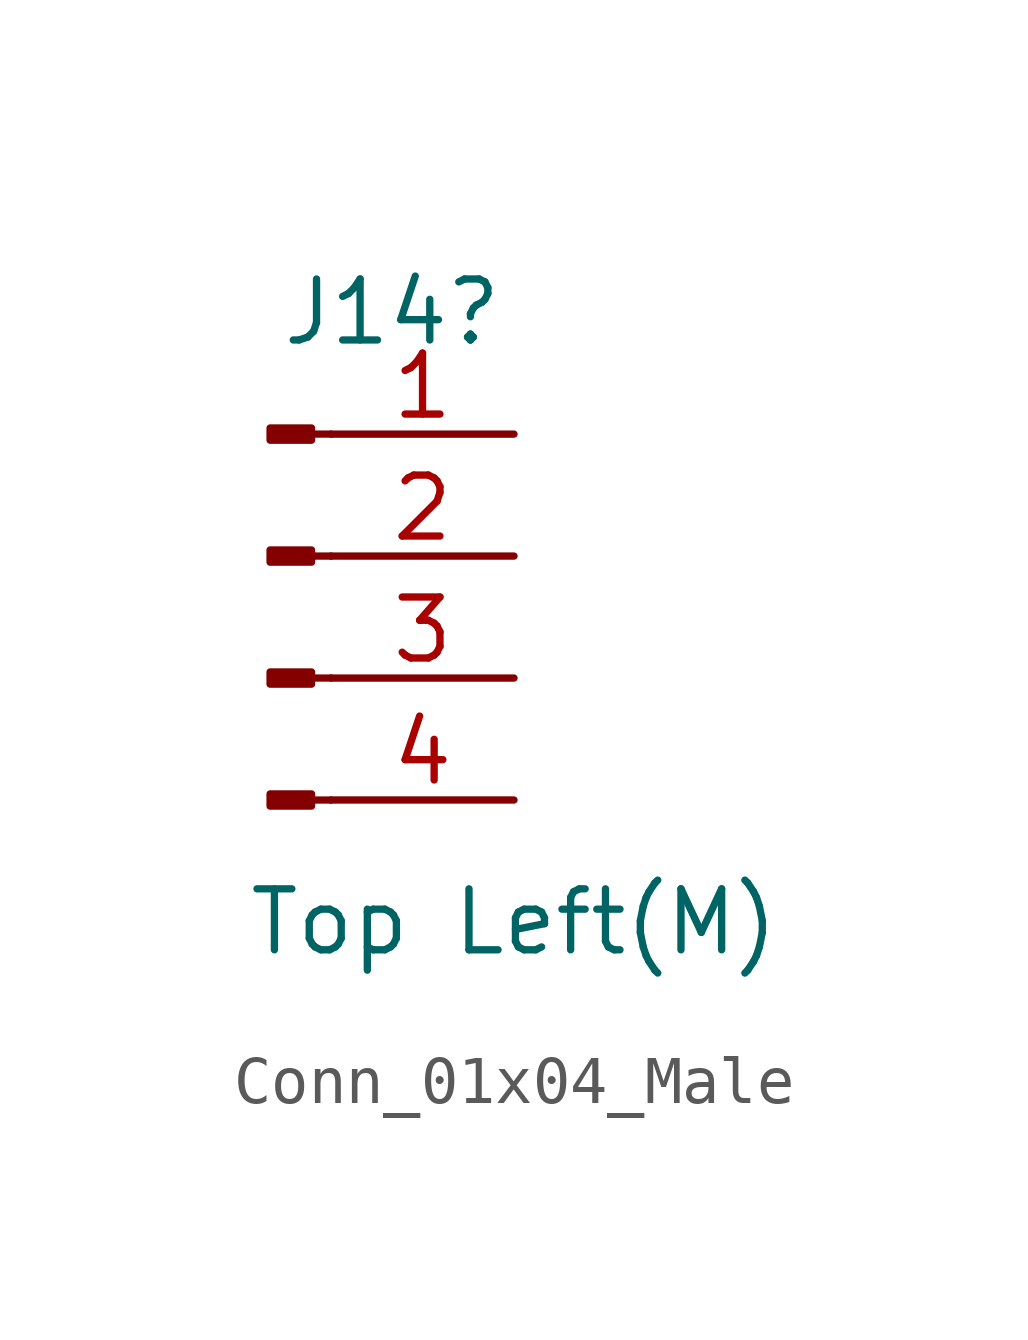
<source format=kicad_sym>
(kicad_symbol_lib
  (version 20241209)
  (generator "kicad_symbol_editor")
  (generator_version "9.0")
  (symbol "Conn_01x04_Male"
    (pin_names
      (offset 1.016)
      (hide yes))
    (property "Reference" "J14"
      (at 2.54 5.08 0)
      (effects (font (size 1.27 1.27))))
    (property "Value" "Top Left(M)"
      (at 5.08 -7.62 0)
      (effects (font (size 1.27 1.27))))
    (property "Description" ""
      (at 0 0 0)
      (effects (font (size 1.27 1.27))))
    (symbol "Conn_01x04_Male_1_1"
      (rectangle (start 0.864 2.667) (end 0 2.413) (stroke (width 0.152) (type default)) (fill (type outline)))
      (rectangle (start 0.864 0.127) (end 0 -0.127) (stroke (width 0.152) (type default)) (fill (type outline)))
      (rectangle (start 0.864 -2.413) (end 0 -2.667) (stroke (width 0.152) (type default)) (fill (type outline)))
      (rectangle (start 0.864 -4.953) (end 0 -5.207) (stroke (width 0.152) (type default)) (fill (type outline)))
      (polyline (pts (xy 1.27 2.54) (xy 0.864 2.54)) (stroke (width 0.152) (type default)) (fill (type none)))
      (polyline (pts (xy 1.27 0) (xy 0.864 0)) (stroke (width 0.152) (type default)) (fill (type none)))
      (polyline (pts (xy 1.27 -2.54) (xy 0.864 -2.54)) (stroke (width 0.152) (type default)) (fill (type none)))
      (polyline (pts (xy 1.27 -5.08) (xy 0.864 -5.08)) (stroke (width 0.152) (type default)) (fill (type none)))
      (pin passive line (at 5.08 2.54 180) (length 3.81) (name "Pin_1" (effects (font (size 1.27 1.27)))) (number "1" (effects (font (size 1.27 1.27)))))
      (pin passive line (at 5.08 0 180) (length 3.81) (name "Pin_2" (effects (font (size 1.27 1.27)))) (number "2" (effects (font (size 1.27 1.27)))))
      (pin passive line (at 5.08 -2.54 180) (length 3.81) (name "Pin_3" (effects (font (size 1.27 1.27)))) (number "3" (effects (font (size 1.27 1.27)))))
      (pin passive line (at 5.08 -5.08 180) (length 3.81) (name "Pin_4" (effects (font (size 1.27 1.27)))) (number "4" (effects (font (size 1.27 1.27))))))))
</source>
